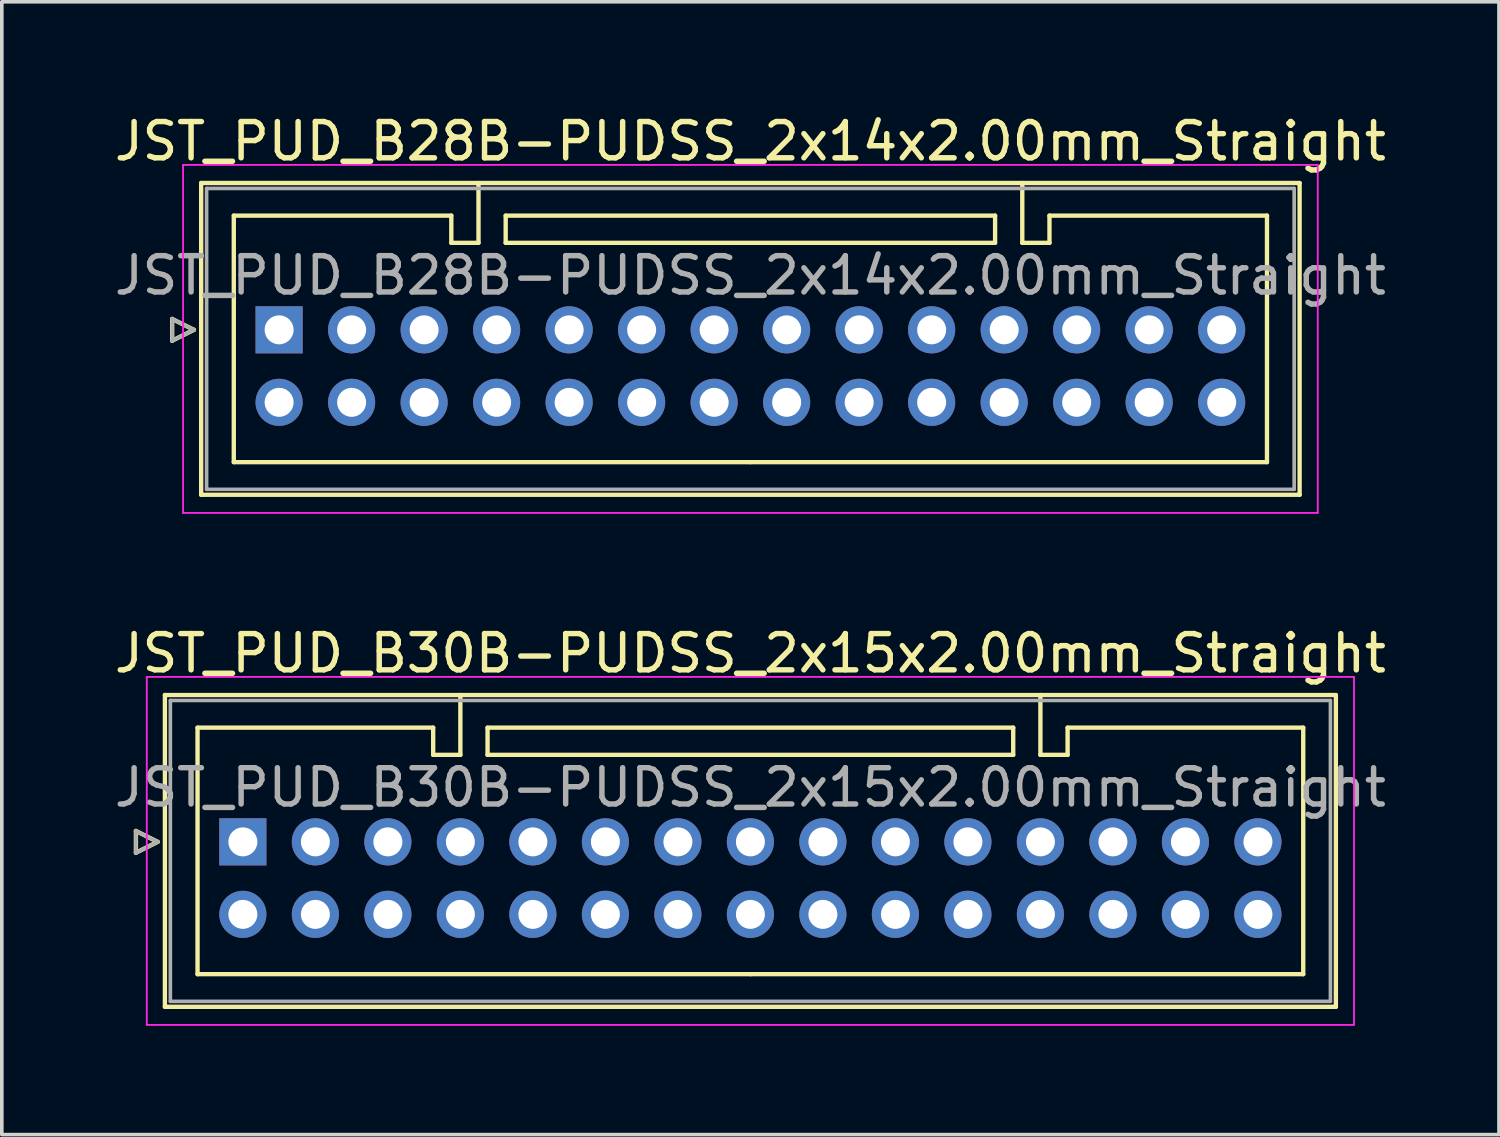
<source format=kicad_pcb>
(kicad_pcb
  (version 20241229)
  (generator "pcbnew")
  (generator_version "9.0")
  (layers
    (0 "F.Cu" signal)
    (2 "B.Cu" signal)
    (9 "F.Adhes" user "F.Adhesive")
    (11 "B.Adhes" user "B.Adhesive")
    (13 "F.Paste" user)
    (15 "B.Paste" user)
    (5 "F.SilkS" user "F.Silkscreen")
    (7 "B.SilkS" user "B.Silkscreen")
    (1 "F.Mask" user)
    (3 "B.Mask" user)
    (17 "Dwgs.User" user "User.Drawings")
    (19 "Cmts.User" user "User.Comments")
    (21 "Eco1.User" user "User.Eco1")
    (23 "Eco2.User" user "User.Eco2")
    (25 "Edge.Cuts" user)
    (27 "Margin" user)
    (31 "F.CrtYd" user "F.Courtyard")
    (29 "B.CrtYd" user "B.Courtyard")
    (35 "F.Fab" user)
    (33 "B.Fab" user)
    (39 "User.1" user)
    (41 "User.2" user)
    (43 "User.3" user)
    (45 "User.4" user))
  (footprint "JST_PUD_B28B-PUDSS_2x14x2.00mm_Straight"
    (layer "F.Cu")
    (at 4.649 6.048)
    (property "Reference" "JST_PUD_B28B-PUDSS_2x14x2.00mm_Straight" (at 13 -5.2 0) (layer "F.SilkS") (effects (font (size 1 1) (thickness 0.15))))
    (attr through_hole)
    (fp_line (start -2.95 -0.3) (end -2.35 0) (stroke (width 0.12) (type solid)) (layer "F.SilkS"))
    (fp_line (start -2.95 0.3) (end -2.95 -0.3) (stroke (width 0.12) (type solid)) (layer "F.SilkS"))
    (fp_line (start -2.35 0) (end -2.95 0.3) (stroke (width 0.12) (type solid)) (layer "F.SilkS"))
    (fp_line (start -2.15 -4.05) (end -2.15 4.55) (stroke (width 0.12) (type solid)) (layer "F.SilkS"))
    (fp_line (start -2.15 4.55) (end 28.15 4.55) (stroke (width 0.12) (type solid)) (layer "F.SilkS"))
    (fp_line (start -1.25 -3.15) (end -1.25 3.65) (stroke (width 0.12) (type solid)) (layer "F.SilkS"))
    (fp_line (start -1.25 3.65) (end 13 3.65) (stroke (width 0.12) (type solid)) (layer "F.SilkS"))
    (fp_line (start 4.75 -3.15) (end -1.25 -3.15) (stroke (width 0.12) (type solid)) (layer "F.SilkS"))
    (fp_line (start 4.75 -2.4) (end 4.75 -3.15) (stroke (width 0.12) (type solid)) (layer "F.SilkS"))
    (fp_line (start 5.5 -4.05) (end 5.5 -2.4) (stroke (width 0.12) (type solid)) (layer "F.SilkS"))
    (fp_line (start 5.5 -2.4) (end 4.75 -2.4) (stroke (width 0.12) (type solid)) (layer "F.SilkS"))
    (fp_line (start 6.25 -3.15) (end 6.25 -2.4) (stroke (width 0.12) (type solid)) (layer "F.SilkS"))
    (fp_line (start 6.25 -2.4) (end 19.75 -2.4) (stroke (width 0.12) (type solid)) (layer "F.SilkS"))
    (fp_line (start 19.75 -3.15) (end 6.25 -3.15) (stroke (width 0.12) (type solid)) (layer "F.SilkS"))
    (fp_line (start 19.75 -2.4) (end 19.75 -3.15) (stroke (width 0.12) (type solid)) (layer "F.SilkS"))
    (fp_line (start 20.5 -4.05) (end 20.5 -2.4) (stroke (width 0.12) (type solid)) (layer "F.SilkS"))
    (fp_line (start 20.5 -2.4) (end 21.25 -2.4) (stroke (width 0.12) (type solid)) (layer "F.SilkS"))
    (fp_line (start 21.25 -3.15) (end 27.25 -3.15) (stroke (width 0.12) (type solid)) (layer "F.SilkS"))
    (fp_line (start 21.25 -2.4) (end 21.25 -3.15) (stroke (width 0.12) (type solid)) (layer "F.SilkS"))
    (fp_line (start 27.25 -3.15) (end 27.25 3.65) (stroke (width 0.12) (type solid)) (layer "F.SilkS"))
    (fp_line (start 27.25 3.65) (end 13 3.65) (stroke (width 0.12) (type solid)) (layer "F.SilkS"))
    (fp_line (start 28.15 -4.05) (end -2.15 -4.05) (stroke (width 0.12) (type solid)) (layer "F.SilkS"))
    (fp_line (start 28.15 4.55) (end 28.15 -4.05) (stroke (width 0.12) (type solid)) (layer "F.SilkS"))
    (fp_line (start -2.65 -4.55) (end -2.65 5.05) (stroke (width 0.05) (type solid)) (layer "F.CrtYd"))
    (fp_line (start -2.65 5.05) (end 28.65 5.05) (stroke (width 0.05) (type solid)) (layer "F.CrtYd"))
    (fp_line (start 28.65 -4.55) (end -2.65 -4.55) (stroke (width 0.05) (type solid)) (layer "F.CrtYd"))
    (fp_line (start 28.65 5.05) (end 28.65 -4.55) (stroke (width 0.05) (type solid)) (layer "F.CrtYd"))
    (fp_line (start -2.95 -0.3) (end -2.35 0) (stroke (width 0.1) (type solid)) (layer "F.Fab"))
    (fp_line (start -2.95 0.3) (end -2.95 -0.3) (stroke (width 0.1) (type solid)) (layer "F.Fab"))
    (fp_line (start -2.35 0) (end -2.95 0.3) (stroke (width 0.1) (type solid)) (layer "F.Fab"))
    (fp_line (start -2 -3.9) (end -2 4.4) (stroke (width 0.1) (type solid)) (layer "F.Fab"))
    (fp_line (start -2 4.4) (end 28 4.4) (stroke (width 0.1) (type solid)) (layer "F.Fab"))
    (fp_line (start 28 -3.9) (end -2 -3.9) (stroke (width 0.1) (type solid)) (layer "F.Fab"))
    (fp_line (start 28 4.4) (end 28 -3.9) (stroke (width 0.1) (type solid)) (layer "F.Fab"))
    (fp_text user "${REFERENCE}" (at 13 -1.5 0) (layer "F.Fab") (effects (font (size 1 1) (thickness 0.15))))
    (pad "1" thru_hole rect (at 0 0) (size 1.3 1.3) (drill 0.8) (layers "*.Cu" "*.Mask"))
    (pad "2" thru_hole circle (at 0 2) (size 1.3 1.3) (drill 0.8) (layers "*.Cu" "*.Mask"))
    (pad "3" thru_hole circle (at 2 0) (size 1.3 1.3) (drill 0.8) (layers "*.Cu" "*.Mask"))
    (pad "4" thru_hole circle (at 2 2) (size 1.3 1.3) (drill 0.8) (layers "*.Cu" "*.Mask"))
    (pad "5" thru_hole circle (at 4 0) (size 1.3 1.3) (drill 0.8) (layers "*.Cu" "*.Mask"))
    (pad "6" thru_hole circle (at 4 2) (size 1.3 1.3) (drill 0.8) (layers "*.Cu" "*.Mask"))
    (pad "7" thru_hole circle (at 6 0) (size 1.3 1.3) (drill 0.8) (layers "*.Cu" "*.Mask"))
    (pad "8" thru_hole circle (at 6 2) (size 1.3 1.3) (drill 0.8) (layers "*.Cu" "*.Mask"))
    (pad "9" thru_hole circle (at 8 0) (size 1.3 1.3) (drill 0.8) (layers "*.Cu" "*.Mask"))
    (pad "10" thru_hole circle (at 8 2) (size 1.3 1.3) (drill 0.8) (layers "*.Cu" "*.Mask"))
    (pad "11" thru_hole circle (at 10 0) (size 1.3 1.3) (drill 0.8) (layers "*.Cu" "*.Mask"))
    (pad "12" thru_hole circle (at 10 2) (size 1.3 1.3) (drill 0.8) (layers "*.Cu" "*.Mask"))
    (pad "13" thru_hole circle (at 12 0) (size 1.3 1.3) (drill 0.8) (layers "*.Cu" "*.Mask"))
    (pad "14" thru_hole circle (at 12 2) (size 1.3 1.3) (drill 0.8) (layers "*.Cu" "*.Mask"))
    (pad "15" thru_hole circle (at 14 0) (size 1.3 1.3) (drill 0.8) (layers "*.Cu" "*.Mask"))
    (pad "16" thru_hole circle (at 14 2) (size 1.3 1.3) (drill 0.8) (layers "*.Cu" "*.Mask"))
    (pad "17" thru_hole circle (at 16 0) (size 1.3 1.3) (drill 0.8) (layers "*.Cu" "*.Mask"))
    (pad "18" thru_hole circle (at 16 2) (size 1.3 1.3) (drill 0.8) (layers "*.Cu" "*.Mask"))
    (pad "19" thru_hole circle (at 18 0) (size 1.3 1.3) (drill 0.8) (layers "*.Cu" "*.Mask"))
    (pad "20" thru_hole circle (at 18 2) (size 1.3 1.3) (drill 0.8) (layers "*.Cu" "*.Mask"))
    (pad "21" thru_hole circle (at 20 0) (size 1.3 1.3) (drill 0.8) (layers "*.Cu" "*.Mask"))
    (pad "22" thru_hole circle (at 20 2) (size 1.3 1.3) (drill 0.8) (layers "*.Cu" "*.Mask"))
    (pad "23" thru_hole circle (at 22 0) (size 1.3 1.3) (drill 0.8) (layers "*.Cu" "*.Mask"))
    (pad "24" thru_hole circle (at 22 2) (size 1.3 1.3) (drill 0.8) (layers "*.Cu" "*.Mask"))
    (pad "25" thru_hole circle (at 24 0) (size 1.3 1.3) (drill 0.8) (layers "*.Cu" "*.Mask"))
    (pad "26" thru_hole circle (at 24 2) (size 1.3 1.3) (drill 0.8) (layers "*.Cu" "*.Mask"))
    (pad "27" thru_hole circle (at 26 0) (size 1.3 1.3) (drill 0.8) (layers "*.Cu" "*.Mask"))
    (pad "28" thru_hole circle (at 26 2) (size 1.3 1.3) (drill 0.8) (layers "*.Cu" "*.Mask")))
  (footprint "JST_PUD_B30B-PUDSS_2x15x2.00mm_Straight"
    (layer "F.Cu")
    (at 3.649 20.172)
    (property "Reference" "JST_PUD_B30B-PUDSS_2x15x2.00mm_Straight" (at 14 -5.2 0) (layer "F.SilkS") (effects (font (size 1 1) (thickness 0.15))))
    (attr through_hole)
    (fp_line (start -2.95 -0.3) (end -2.35 0) (stroke (width 0.12) (type solid)) (layer "F.SilkS"))
    (fp_line (start -2.95 0.3) (end -2.95 -0.3) (stroke (width 0.12) (type solid)) (layer "F.SilkS"))
    (fp_line (start -2.35 0) (end -2.95 0.3) (stroke (width 0.12) (type solid)) (layer "F.SilkS"))
    (fp_line (start -2.15 -4.05) (end -2.15 4.55) (stroke (width 0.12) (type solid)) (layer "F.SilkS"))
    (fp_line (start -2.15 4.55) (end 30.15 4.55) (stroke (width 0.12) (type solid)) (layer "F.SilkS"))
    (fp_line (start -1.25 -3.15) (end -1.25 3.65) (stroke (width 0.12) (type solid)) (layer "F.SilkS"))
    (fp_line (start -1.25 3.65) (end 14 3.65) (stroke (width 0.12) (type solid)) (layer "F.SilkS"))
    (fp_line (start 5.25 -3.15) (end -1.25 -3.15) (stroke (width 0.12) (type solid)) (layer "F.SilkS"))
    (fp_line (start 5.25 -2.4) (end 5.25 -3.15) (stroke (width 0.12) (type solid)) (layer "F.SilkS"))
    (fp_line (start 6 -4.05) (end 6 -2.4) (stroke (width 0.12) (type solid)) (layer "F.SilkS"))
    (fp_line (start 6 -2.4) (end 5.25 -2.4) (stroke (width 0.12) (type solid)) (layer "F.SilkS"))
    (fp_line (start 6.75 -3.15) (end 6.75 -2.4) (stroke (width 0.12) (type solid)) (layer "F.SilkS"))
    (fp_line (start 6.75 -2.4) (end 21.25 -2.4) (stroke (width 0.12) (type solid)) (layer "F.SilkS"))
    (fp_line (start 21.25 -3.15) (end 6.75 -3.15) (stroke (width 0.12) (type solid)) (layer "F.SilkS"))
    (fp_line (start 21.25 -2.4) (end 21.25 -3.15) (stroke (width 0.12) (type solid)) (layer "F.SilkS"))
    (fp_line (start 22 -4.05) (end 22 -2.4) (stroke (width 0.12) (type solid)) (layer "F.SilkS"))
    (fp_line (start 22 -2.4) (end 22.75 -2.4) (stroke (width 0.12) (type solid)) (layer "F.SilkS"))
    (fp_line (start 22.75 -3.15) (end 29.25 -3.15) (stroke (width 0.12) (type solid)) (layer "F.SilkS"))
    (fp_line (start 22.75 -2.4) (end 22.75 -3.15) (stroke (width 0.12) (type solid)) (layer "F.SilkS"))
    (fp_line (start 29.25 -3.15) (end 29.25 3.65) (stroke (width 0.12) (type solid)) (layer "F.SilkS"))
    (fp_line (start 29.25 3.65) (end 14 3.65) (stroke (width 0.12) (type solid)) (layer "F.SilkS"))
    (fp_line (start 30.15 -4.05) (end -2.15 -4.05) (stroke (width 0.12) (type solid)) (layer "F.SilkS"))
    (fp_line (start 30.15 4.55) (end 30.15 -4.05) (stroke (width 0.12) (type solid)) (layer "F.SilkS"))
    (fp_line (start -2.65 -4.55) (end -2.65 5.05) (stroke (width 0.05) (type solid)) (layer "F.CrtYd"))
    (fp_line (start -2.65 5.05) (end 30.65 5.05) (stroke (width 0.05) (type solid)) (layer "F.CrtYd"))
    (fp_line (start 30.65 -4.55) (end -2.65 -4.55) (stroke (width 0.05) (type solid)) (layer "F.CrtYd"))
    (fp_line (start 30.65 5.05) (end 30.65 -4.55) (stroke (width 0.05) (type solid)) (layer "F.CrtYd"))
    (fp_line (start -2.95 -0.3) (end -2.35 0) (stroke (width 0.1) (type solid)) (layer "F.Fab"))
    (fp_line (start -2.95 0.3) (end -2.95 -0.3) (stroke (width 0.1) (type solid)) (layer "F.Fab"))
    (fp_line (start -2.35 0) (end -2.95 0.3) (stroke (width 0.1) (type solid)) (layer "F.Fab"))
    (fp_line (start -2 -3.9) (end -2 4.4) (stroke (width 0.1) (type solid)) (layer "F.Fab"))
    (fp_line (start -2 4.4) (end 30 4.4) (stroke (width 0.1) (type solid)) (layer "F.Fab"))
    (fp_line (start 30 -3.9) (end -2 -3.9) (stroke (width 0.1) (type solid)) (layer "F.Fab"))
    (fp_line (start 30 4.4) (end 30 -3.9) (stroke (width 0.1) (type solid)) (layer "F.Fab"))
    (fp_text user "${REFERENCE}" (at 14 -1.5 0) (layer "F.Fab") (effects (font (size 1 1) (thickness 0.15))))
    (pad "1" thru_hole rect (at 0 0) (size 1.3 1.3) (drill 0.8) (layers "*.Cu" "*.Mask"))
    (pad "2" thru_hole circle (at 0 2) (size 1.3 1.3) (drill 0.8) (layers "*.Cu" "*.Mask"))
    (pad "3" thru_hole circle (at 2 0) (size 1.3 1.3) (drill 0.8) (layers "*.Cu" "*.Mask"))
    (pad "4" thru_hole circle (at 2 2) (size 1.3 1.3) (drill 0.8) (layers "*.Cu" "*.Mask"))
    (pad "5" thru_hole circle (at 4 0) (size 1.3 1.3) (drill 0.8) (layers "*.Cu" "*.Mask"))
    (pad "6" thru_hole circle (at 4 2) (size 1.3 1.3) (drill 0.8) (layers "*.Cu" "*.Mask"))
    (pad "7" thru_hole circle (at 6 0) (size 1.3 1.3) (drill 0.8) (layers "*.Cu" "*.Mask"))
    (pad "8" thru_hole circle (at 6 2) (size 1.3 1.3) (drill 0.8) (layers "*.Cu" "*.Mask"))
    (pad "9" thru_hole circle (at 8 0) (size 1.3 1.3) (drill 0.8) (layers "*.Cu" "*.Mask"))
    (pad "10" thru_hole circle (at 8 2) (size 1.3 1.3) (drill 0.8) (layers "*.Cu" "*.Mask"))
    (pad "11" thru_hole circle (at 10 0) (size 1.3 1.3) (drill 0.8) (layers "*.Cu" "*.Mask"))
    (pad "12" thru_hole circle (at 10 2) (size 1.3 1.3) (drill 0.8) (layers "*.Cu" "*.Mask"))
    (pad "13" thru_hole circle (at 12 0) (size 1.3 1.3) (drill 0.8) (layers "*.Cu" "*.Mask"))
    (pad "14" thru_hole circle (at 12 2) (size 1.3 1.3) (drill 0.8) (layers "*.Cu" "*.Mask"))
    (pad "15" thru_hole circle (at 14 0) (size 1.3 1.3) (drill 0.8) (layers "*.Cu" "*.Mask"))
    (pad "16" thru_hole circle (at 14 2) (size 1.3 1.3) (drill 0.8) (layers "*.Cu" "*.Mask"))
    (pad "17" thru_hole circle (at 16 0) (size 1.3 1.3) (drill 0.8) (layers "*.Cu" "*.Mask"))
    (pad "18" thru_hole circle (at 16 2) (size 1.3 1.3) (drill 0.8) (layers "*.Cu" "*.Mask"))
    (pad "19" thru_hole circle (at 18 0) (size 1.3 1.3) (drill 0.8) (layers "*.Cu" "*.Mask"))
    (pad "20" thru_hole circle (at 18 2) (size 1.3 1.3) (drill 0.8) (layers "*.Cu" "*.Mask"))
    (pad "21" thru_hole circle (at 20 0) (size 1.3 1.3) (drill 0.8) (layers "*.Cu" "*.Mask"))
    (pad "22" thru_hole circle (at 20 2) (size 1.3 1.3) (drill 0.8) (layers "*.Cu" "*.Mask"))
    (pad "23" thru_hole circle (at 22 0) (size 1.3 1.3) (drill 0.8) (layers "*.Cu" "*.Mask"))
    (pad "24" thru_hole circle (at 22 2) (size 1.3 1.3) (drill 0.8) (layers "*.Cu" "*.Mask"))
    (pad "25" thru_hole circle (at 24 0) (size 1.3 1.3) (drill 0.8) (layers "*.Cu" "*.Mask"))
    (pad "26" thru_hole circle (at 24 2) (size 1.3 1.3) (drill 0.8) (layers "*.Cu" "*.Mask"))
    (pad "27" thru_hole circle (at 26 0) (size 1.3 1.3) (drill 0.8) (layers "*.Cu" "*.Mask"))
    (pad "28" thru_hole circle (at 26 2) (size 1.3 1.3) (drill 0.8) (layers "*.Cu" "*.Mask"))
    (pad "29" thru_hole circle (at 28 0) (size 1.3 1.3) (drill 0.8) (layers "*.Cu" "*.Mask"))
    (pad "30" thru_hole circle (at 28 2) (size 1.3 1.3) (drill 0.8) (layers "*.Cu" "*.Mask")))
  (gr_rect
    (start -3 -3)
    (end 38.298 28.247)
    (stroke (width 0.1) (type default))
    (fill no)
    (layer "Edge.Cuts")))
</source>
